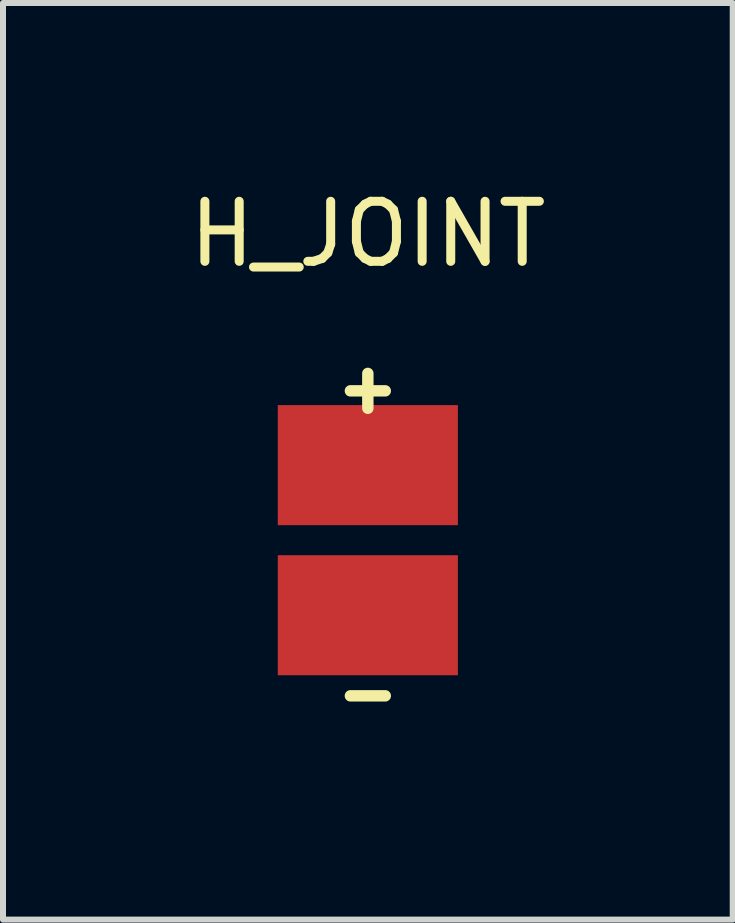
<source format=kicad_pcb>
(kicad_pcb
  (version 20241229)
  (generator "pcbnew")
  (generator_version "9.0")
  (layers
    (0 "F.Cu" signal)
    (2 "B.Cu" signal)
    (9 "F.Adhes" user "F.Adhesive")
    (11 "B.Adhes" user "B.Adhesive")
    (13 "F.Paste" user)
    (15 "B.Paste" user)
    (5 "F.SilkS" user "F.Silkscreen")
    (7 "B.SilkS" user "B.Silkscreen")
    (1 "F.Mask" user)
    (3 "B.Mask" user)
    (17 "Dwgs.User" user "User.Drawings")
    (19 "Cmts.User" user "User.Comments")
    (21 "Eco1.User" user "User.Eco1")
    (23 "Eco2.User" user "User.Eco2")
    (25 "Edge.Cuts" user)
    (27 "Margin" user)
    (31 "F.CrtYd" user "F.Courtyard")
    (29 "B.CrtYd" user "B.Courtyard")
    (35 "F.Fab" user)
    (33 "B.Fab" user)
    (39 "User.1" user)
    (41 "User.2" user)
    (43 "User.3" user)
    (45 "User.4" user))
  (footprint "H_JOINT"
    (layer "F.Cu")
    (at 3.077 5.948)
    (property "Reference" "H_JOINT" (at 0 -5.1 0) (layer "F.SilkS") (effects (font (size 1 1) (thickness 0.15))))
    (attr through_hole)
    (fp_text user "+" (at 0 -2.54 0) (layer "F.SilkS") (effects (font (size 0.762 0.762) (thickness 0.191))))
    (fp_text user "-" (at 0 2.54 0) (layer "F.SilkS") (effects (font (size 0.762 0.762) (thickness 0.191))))
    (pad "1" smd rect (at 0 -1.25) (size 3 2) (layers "F.Cu" "F.Mask" "F.Paste"))
    (pad "2" smd rect (at 0 1.25) (size 3 2) (layers "F.Cu" "F.Mask" "F.Paste")))
  (gr_rect
    (start -3 -3)
    (end 9.155 12.268)
    (stroke (width 0.1) (type default))
    (fill no)
    (layer "Edge.Cuts")))
</source>
